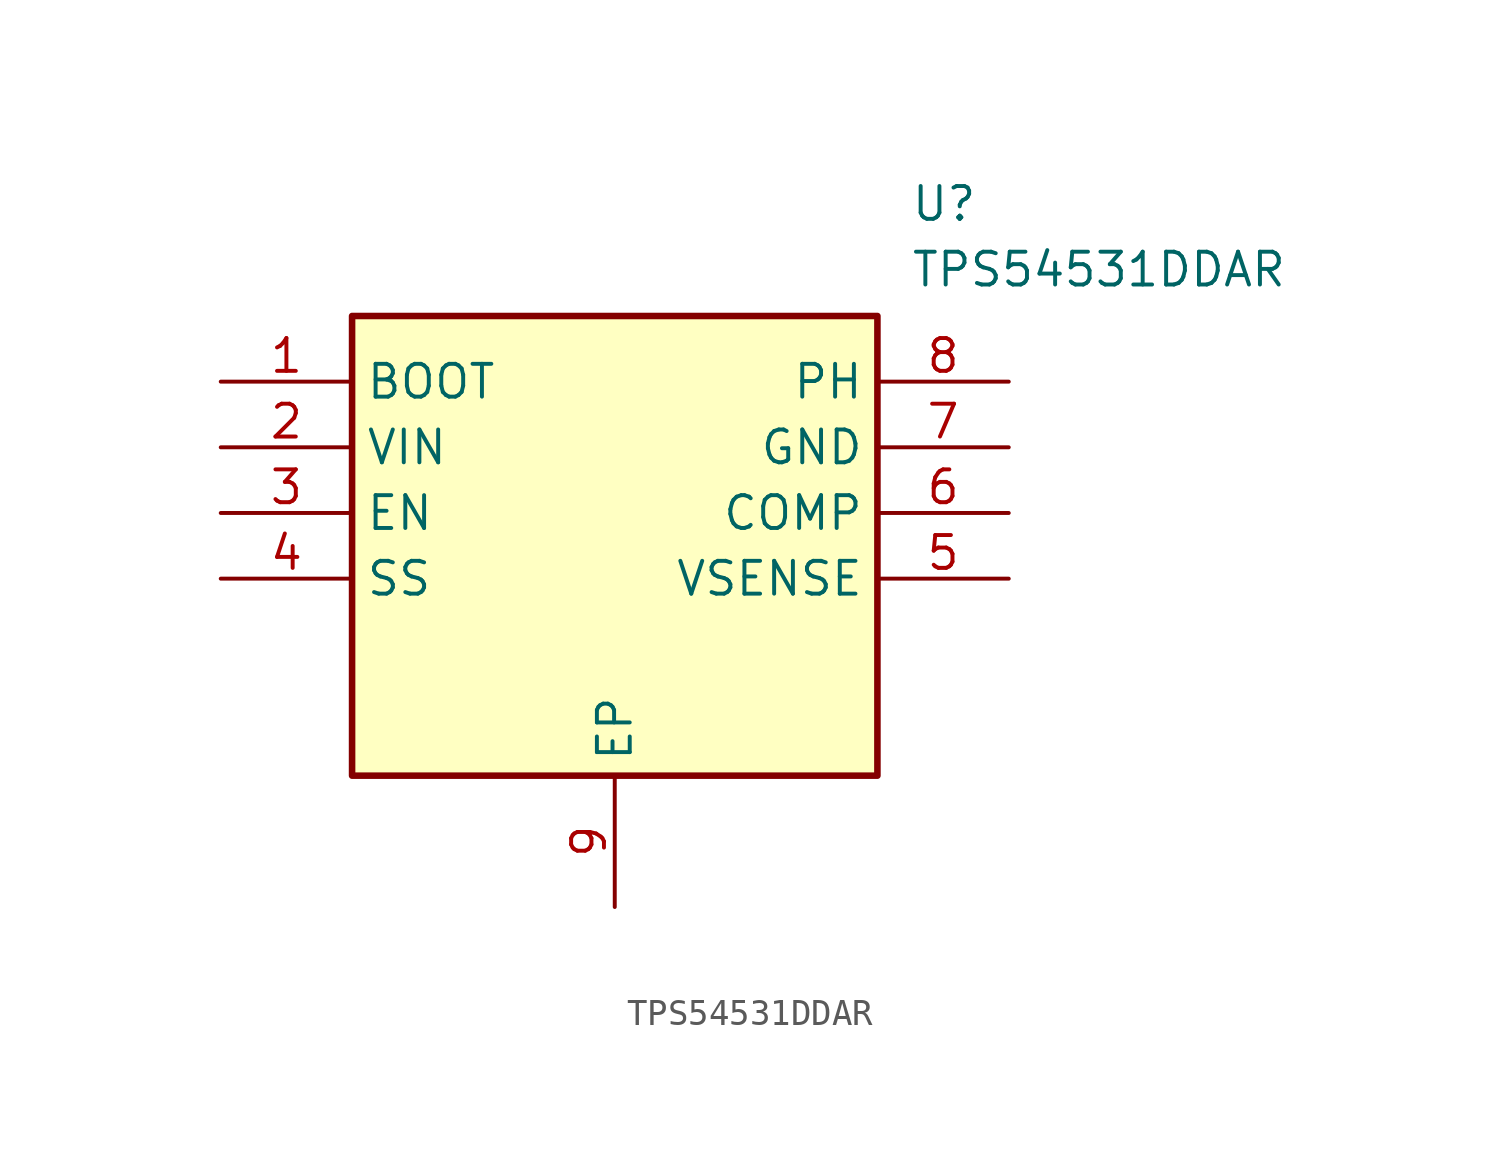
<source format=kicad_sym>
(kicad_symbol_lib
  (version 20241209)
  (generator "kicad_symbol_editor")
  (generator_version "9.0")
  (symbol "TPS54531DDAR"
    (property "Reference" "U"
      (at 26.67 7.62 0)
      (effects (font (size 1.27 1.27)) (justify left top)))
    (property "Value" "TPS54531DDAR"
      (at 26.67 5.08 0)
      (effects (font (size 1.27 1.27)) (justify left top)))
    (symbol "TPS54531DDAR_1_1"
      (rectangle (start 5.08 2.54) (end 25.4 -15.24) (stroke (width 0.254) (type default)) (fill (type background)))
      (pin passive line (at 0 0 0) (length 5.08) (name "BOOT" (effects (font (size 1.27 1.27)))) (number "1" (effects (font (size 1.27 1.27)))))
      (pin passive line (at 0 -2.54 0) (length 5.08) (name "VIN" (effects (font (size 1.27 1.27)))) (number "2" (effects (font (size 1.27 1.27)))))
      (pin passive line (at 0 -5.08 0) (length 5.08) (name "EN" (effects (font (size 1.27 1.27)))) (number "3" (effects (font (size 1.27 1.27)))))
      (pin passive line (at 0 -7.62 0) (length 5.08) (name "SS" (effects (font (size 1.27 1.27)))) (number "4" (effects (font (size 1.27 1.27)))))
      (pin passive line (at 15.24 -20.32 90) (length 5.08) (name "EP" (effects (font (size 1.27 1.27)))) (number "9" (effects (font (size 1.27 1.27)))))
      (pin passive line (at 30.48 0 180) (length 5.08) (name "PH" (effects (font (size 1.27 1.27)))) (number "8" (effects (font (size 1.27 1.27)))))
      (pin passive line (at 30.48 -2.54 180) (length 5.08) (name "GND" (effects (font (size 1.27 1.27)))) (number "7" (effects (font (size 1.27 1.27)))))
      (pin passive line (at 30.48 -5.08 180) (length 5.08) (name "COMP" (effects (font (size 1.27 1.27)))) (number "6" (effects (font (size 1.27 1.27)))))
      (pin passive line (at 30.48 -7.62 180) (length 5.08) (name "VSENSE" (effects (font (size 1.27 1.27)))) (number "5" (effects (font (size 1.27 1.27))))))))
</source>
